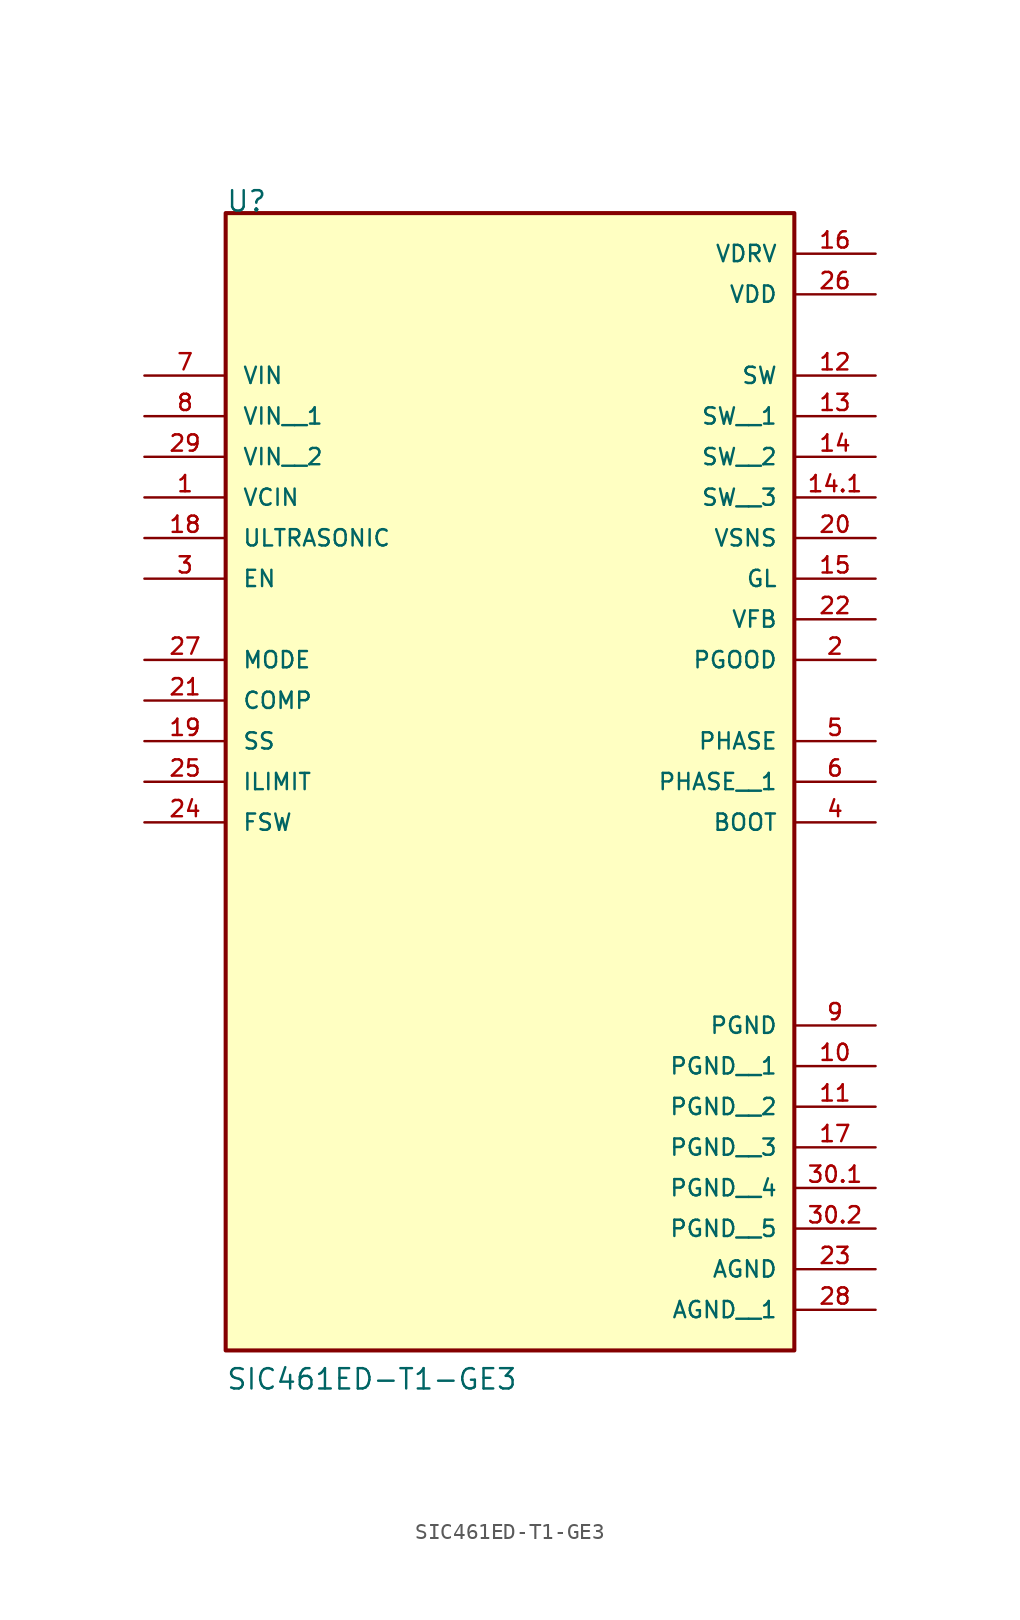
<source format=kicad_sym>
(kicad_symbol_lib
  (version 20211014)
  (generator kicad_symbol_editor)
  (symbol "SIC461ED-T1-GE3"
    (pin_names
      (offset 1.016))
    (property "Reference" "U"
      (at -17.78 22.86 0)
      (effects (font (size 1.27 1.27)) (justify bottom left)))
    (property "Value" "SIC461ED-T1-GE3"
      (at -17.78 -50.8 0)
      (effects (font (size 1.27 1.27)) (justify bottom left)))
    (symbol "SIC461ED-T1-GE3_0_0"
      (rectangle (start -17.78 -48.26) (end 17.78 22.86) (stroke (width 0.254)) (fill (type background)))
      (pin input line (at -22.86 5.08 0) (length 5.08) (name "VCIN" (effects (font (size 1.016 1.016)))) (number "1" (effects (font (size 1.016 1.016)))))
      (pin output line (at 22.86 -5.08 180.0) (length 5.08) (name "PGOOD" (effects (font (size 1.016 1.016)))) (number "2" (effects (font (size 1.016 1.016)))))
      (pin input line (at -22.86 0.0 0) (length 5.08) (name "EN" (effects (font (size 1.016 1.016)))) (number "3" (effects (font (size 1.016 1.016)))))
      (pin passive line (at 22.86 -15.24 180.0) (length 5.08) (name "BOOT" (effects (font (size 1.016 1.016)))) (number "4" (effects (font (size 1.016 1.016)))))
      (pin output line (at 22.86 -10.16 180.0) (length 5.08) (name "PHASE" (effects (font (size 1.016 1.016)))) (number "5" (effects (font (size 1.016 1.016)))))
      (pin input line (at -22.86 12.7 0) (length 5.08) (name "VIN" (effects (font (size 1.016 1.016)))) (number "7" (effects (font (size 1.016 1.016)))))
      (pin power_in line (at 22.86 -27.94 180.0) (length 5.08) (name "PGND" (effects (font (size 1.016 1.016)))) (number "9" (effects (font (size 1.016 1.016)))))
      (pin output line (at 22.86 12.7 180.0) (length 5.08) (name "SW" (effects (font (size 1.016 1.016)))) (number "12" (effects (font (size 1.016 1.016)))))
      (pin output line (at 22.86 0.0 180.0) (length 5.08) (name "GL" (effects (font (size 1.016 1.016)))) (number "15" (effects (font (size 1.016 1.016)))))
      (pin power_in line (at 22.86 20.32 180.0) (length 5.08) (name "VDRV" (effects (font (size 1.016 1.016)))) (number "16" (effects (font (size 1.016 1.016)))))
      (pin input line (at -22.86 2.54 0) (length 5.08) (name "ULTRASONIC" (effects (font (size 1.016 1.016)))) (number "18" (effects (font (size 1.016 1.016)))))
      (pin passive line (at -22.86 -10.16 0) (length 5.08) (name "SS" (effects (font (size 1.016 1.016)))) (number "19" (effects (font (size 1.016 1.016)))))
      (pin input line (at 22.86 2.54 180.0) (length 5.08) (name "VSNS" (effects (font (size 1.016 1.016)))) (number "20" (effects (font (size 1.016 1.016)))))
      (pin passive line (at -22.86 -7.62 0) (length 5.08) (name "COMP" (effects (font (size 1.016 1.016)))) (number "21" (effects (font (size 1.016 1.016)))))
      (pin input line (at 22.86 -2.54 180.0) (length 5.08) (name "VFB" (effects (font (size 1.016 1.016)))) (number "22" (effects (font (size 1.016 1.016)))))
      (pin power_in line (at 22.86 -43.18 180.0) (length 5.08) (name "AGND" (effects (font (size 1.016 1.016)))) (number "23" (effects (font (size 1.016 1.016)))))
      (pin passive line (at -22.86 -15.24 0) (length 5.08) (name "FSW" (effects (font (size 1.016 1.016)))) (number "24" (effects (font (size 1.016 1.016)))))
      (pin passive line (at -22.86 -12.7 0) (length 5.08) (name "ILIMIT" (effects (font (size 1.016 1.016)))) (number "25" (effects (font (size 1.016 1.016)))))
      (pin power_in line (at 22.86 17.78 180.0) (length 5.08) (name "VDD" (effects (font (size 1.016 1.016)))) (number "26" (effects (font (size 1.016 1.016)))))
      (pin input line (at -22.86 -5.08 0) (length 5.08) (name "MODE" (effects (font (size 1.016 1.016)))) (number "27" (effects (font (size 1.016 1.016)))))
      (pin input line (at -22.86 10.16 0) (length 5.08) (name "VIN__1" (effects (font (size 1.016 1.016)))) (number "8" (effects (font (size 1.016 1.016)))))
      (pin input line (at -22.86 7.62 0) (length 5.08) (name "VIN__2" (effects (font (size 1.016 1.016)))) (number "29" (effects (font (size 1.016 1.016)))))
      (pin output line (at 22.86 10.16 180.0) (length 5.08) (name "SW__1" (effects (font (size 1.016 1.016)))) (number "13" (effects (font (size 1.016 1.016)))))
      (pin output line (at 22.86 7.62 180.0) (length 5.08) (name "SW__2" (effects (font (size 1.016 1.016)))) (number "14" (effects (font (size 1.016 1.016)))))
      (pin output line (at 22.86 5.08 180.0) (length 5.08) (name "SW__3" (effects (font (size 1.016 1.016)))) (number "14.1" (effects (font (size 1.016 1.016)))))
      (pin output line (at 22.86 -12.7 180.0) (length 5.08) (name "PHASE__1" (effects (font (size 1.016 1.016)))) (number "6" (effects (font (size 1.016 1.016)))))
      (pin power_in line (at 22.86 -30.48 180.0) (length 5.08) (name "PGND__1" (effects (font (size 1.016 1.016)))) (number "10" (effects (font (size 1.016 1.016)))))
      (pin power_in line (at 22.86 -33.02 180.0) (length 5.08) (name "PGND__2" (effects (font (size 1.016 1.016)))) (number "11" (effects (font (size 1.016 1.016)))))
      (pin power_in line (at 22.86 -35.56 180.0) (length 5.08) (name "PGND__3" (effects (font (size 1.016 1.016)))) (number "17" (effects (font (size 1.016 1.016)))))
      (pin power_in line (at 22.86 -38.1 180.0) (length 5.08) (name "PGND__4" (effects (font (size 1.016 1.016)))) (number "30.1" (effects (font (size 1.016 1.016)))))
      (pin power_in line (at 22.86 -40.64 180.0) (length 5.08) (name "PGND__5" (effects (font (size 1.016 1.016)))) (number "30.2" (effects (font (size 1.016 1.016)))))
      (pin power_in line (at 22.86 -45.72 180.0) (length 5.08) (name "AGND__1" (effects (font (size 1.016 1.016)))) (number "28" (effects (font (size 1.016 1.016))))))))
</source>
